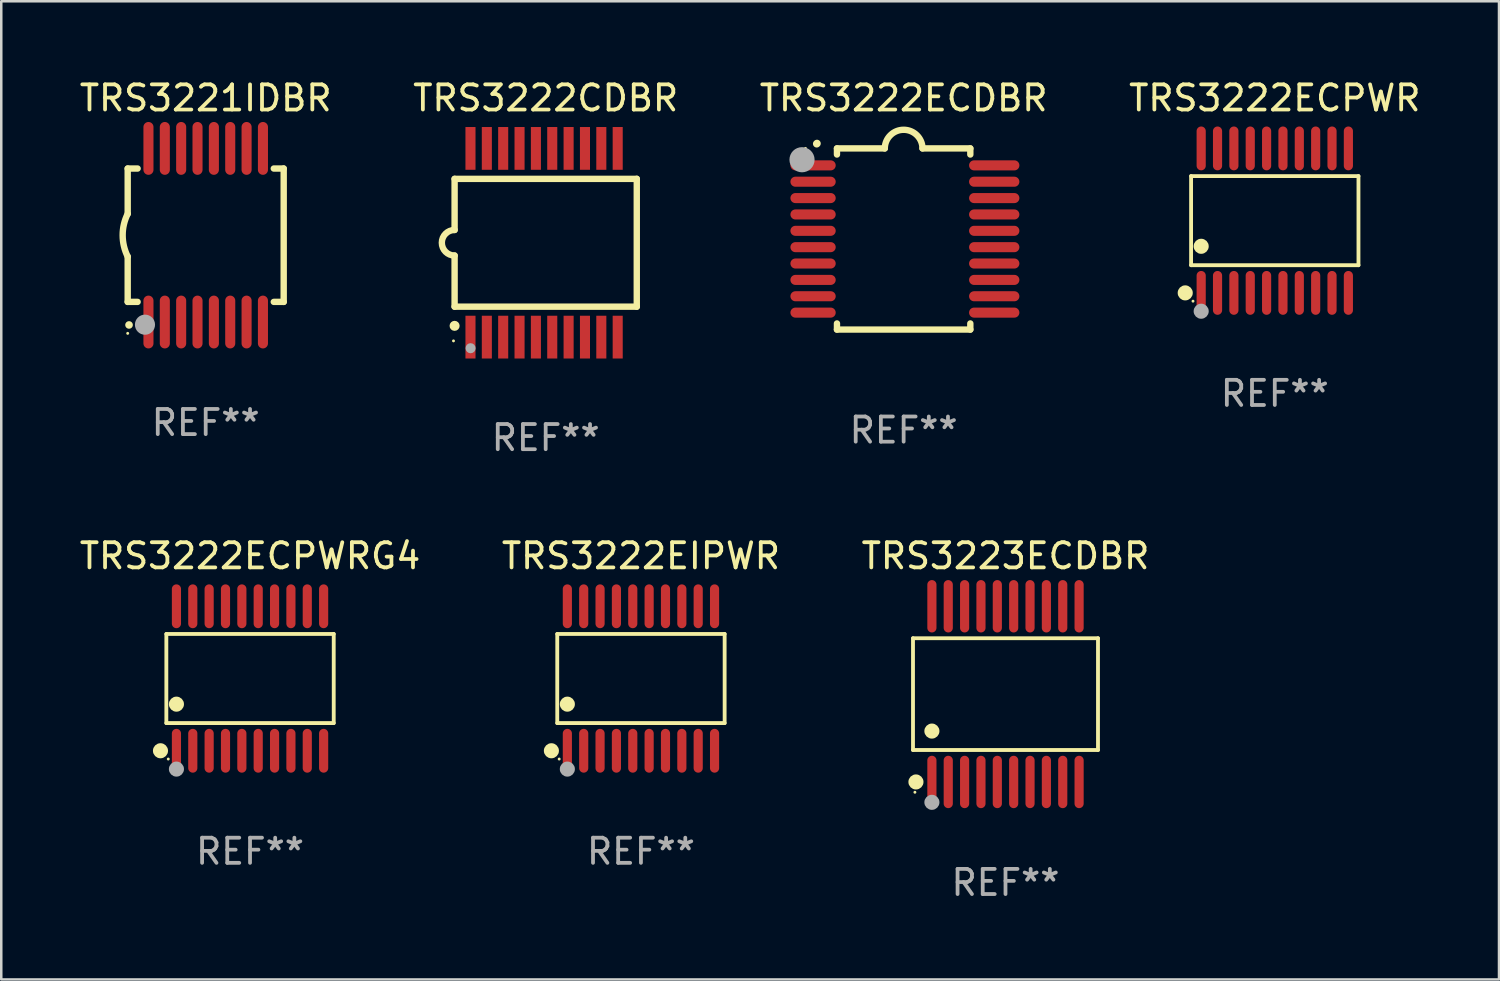
<source format=kicad_pcb>
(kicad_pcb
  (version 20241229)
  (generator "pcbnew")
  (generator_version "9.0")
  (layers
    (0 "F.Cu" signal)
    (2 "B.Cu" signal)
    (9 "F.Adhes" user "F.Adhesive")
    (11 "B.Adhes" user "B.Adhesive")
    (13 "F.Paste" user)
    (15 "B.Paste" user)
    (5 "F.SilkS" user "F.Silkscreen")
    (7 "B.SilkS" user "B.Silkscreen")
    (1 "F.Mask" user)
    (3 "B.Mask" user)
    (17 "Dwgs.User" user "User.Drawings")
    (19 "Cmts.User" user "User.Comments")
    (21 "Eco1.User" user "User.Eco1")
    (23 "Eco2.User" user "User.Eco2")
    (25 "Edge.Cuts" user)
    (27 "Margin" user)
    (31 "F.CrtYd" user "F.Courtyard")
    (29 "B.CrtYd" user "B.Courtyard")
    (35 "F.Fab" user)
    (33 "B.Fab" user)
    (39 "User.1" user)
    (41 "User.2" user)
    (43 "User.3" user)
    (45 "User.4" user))
  (footprint "TRS3222EIPWR"
    (layer "F.Cu")
    (at 22.423 23.916)
    (property "Reference" "TRS3222EIPWR" (at 0 -4.871 0) (layer "F.SilkS") (effects (font (size 1 1) (thickness 0.15))))
    (attr through_hole)
    (fp_line (start -3.326 -1.771) (end 3.326 -1.771) (stroke (width 0.152) (type solid)) (layer "F.SilkS"))
    (fp_line (start -3.326 1.771) (end -3.326 -1.771) (stroke (width 0.152) (type solid)) (layer "F.SilkS"))
    (fp_line (start 3.326 -1.771) (end 3.326 1.771) (stroke (width 0.152) (type solid)) (layer "F.SilkS"))
    (fp_line (start 3.326 1.771) (end -3.326 1.771) (stroke (width 0.152) (type solid)) (layer "F.SilkS"))
    (fp_circle (center -3.559 2.871) (end -3.409 2.871) (stroke (width 0.3) (type solid)) (fill no) (layer "F.SilkS"))
    (fp_circle (center -3.25 3.2) (end -3.22 3.2) (stroke (width 0.06) (type solid)) (fill no) (layer "F.SilkS"))
    (fp_circle (center -2.925 1.019) (end -2.775 1.019) (stroke (width 0.3) (type solid)) (fill no) (layer "F.SilkS"))
    (fp_circle (center -2.925 3.6) (end -2.775 3.6) (stroke (width 0.3) (type solid)) (fill no) (layer "F.Fab"))
    (fp_text user "REF**" (at 0 6.871 0) (layer "F.Fab") (effects (font (size 1 1) (thickness 0.15))))
    (pad "1" smd oval (at -2.925 2.871) (size 0.364 1.742) (layers "F.Cu" "F.Mask" "F.Paste"))
    (pad "2" smd oval (at -2.275 2.871) (size 0.364 1.742) (layers "F.Cu" "F.Mask" "F.Paste"))
    (pad "3" smd oval (at -1.625 2.871) (size 0.364 1.742) (layers "F.Cu" "F.Mask" "F.Paste"))
    (pad "4" smd oval (at -0.975 2.871) (size 0.364 1.742) (layers "F.Cu" "F.Mask" "F.Paste"))
    (pad "5" smd oval (at -0.325 2.871) (size 0.364 1.742) (layers "F.Cu" "F.Mask" "F.Paste"))
    (pad "6" smd oval (at 0.325 2.871) (size 0.364 1.742) (layers "F.Cu" "F.Mask" "F.Paste"))
    (pad "7" smd oval (at 0.975 2.871) (size 0.364 1.742) (layers "F.Cu" "F.Mask" "F.Paste"))
    (pad "8" smd oval (at 1.625 2.871) (size 0.364 1.742) (layers "F.Cu" "F.Mask" "F.Paste"))
    (pad "9" smd oval (at 2.275 2.871) (size 0.364 1.742) (layers "F.Cu" "F.Mask" "F.Paste"))
    (pad "10" smd oval (at 2.925 2.871) (size 0.364 1.742) (layers "F.Cu" "F.Mask" "F.Paste"))
    (pad "11" smd oval (at 2.925 -2.871) (size 0.364 1.742) (layers "F.Cu" "F.Mask" "F.Paste"))
    (pad "12" smd oval (at 2.275 -2.871) (size 0.364 1.742) (layers "F.Cu" "F.Mask" "F.Paste"))
    (pad "13" smd oval (at 1.625 -2.871) (size 0.364 1.742) (layers "F.Cu" "F.Mask" "F.Paste"))
    (pad "14" smd oval (at 0.975 -2.871) (size 0.364 1.742) (layers "F.Cu" "F.Mask" "F.Paste"))
    (pad "15" smd oval (at 0.325 -2.871) (size 0.364 1.742) (layers "F.Cu" "F.Mask" "F.Paste"))
    (pad "16" smd oval (at -0.325 -2.871) (size 0.364 1.742) (layers "F.Cu" "F.Mask" "F.Paste"))
    (pad "17" smd oval (at -0.975 -2.871) (size 0.364 1.742) (layers "F.Cu" "F.Mask" "F.Paste"))
    (pad "18" smd oval (at -1.625 -2.871) (size 0.364 1.742) (layers "F.Cu" "F.Mask" "F.Paste"))
    (pad "19" smd oval (at -2.275 -2.871) (size 0.364 1.742) (layers "F.Cu" "F.Mask" "F.Paste"))
    (pad "20" smd oval (at -2.925 -2.871) (size 0.364 1.742) (layers "F.Cu" "F.Mask" "F.Paste")))
  (footprint "TRS3222CDBR"
    (layer "F.Cu")
    (at 18.637 6.598)
    (property "Reference" "TRS3222CDBR" (at 0 -5.75 0) (layer "F.SilkS") (effects (font (size 1 1) (thickness 0.15))))
    (attr through_hole)
    (fp_line (start -3.62 -2.54) (end 3.62 -2.54) (stroke (width 0.254) (type solid)) (layer "F.SilkS"))
    (fp_line (start -3.62 -0.508) (end -3.62 -2.54) (stroke (width 0.254) (type solid)) (layer "F.SilkS"))
    (fp_line (start -3.62 2.54) (end -3.62 0.508) (stroke (width 0.254) (type solid)) (layer "F.SilkS"))
    (fp_line (start 3.62 -2.54) (end 3.62 2.54) (stroke (width 0.254) (type solid)) (layer "F.SilkS"))
    (fp_line (start 3.62 2.54) (end -3.62 2.54) (stroke (width 0.254) (type solid)) (layer "F.SilkS"))
    (fp_arc (start -3.619507 0.508052) (mid -4.125607 0.000051) (end -3.619507 -0.50795) (stroke (width 0.254001) (type solid)) (layer "F.SilkS"))
    (fp_circle (center -3.664 3.9) (end -3.634 3.9) (stroke (width 0.06) (type solid)) (fill no) (layer "F.SilkS"))
    (fp_circle (center -3.62 3.302) (end -3.52 3.302) (stroke (width 0.2) (type solid)) (fill no) (layer "F.SilkS"))
    (fp_circle (center -2.985 4.191) (end -2.885 4.191) (stroke (width 0.2) (type solid)) (fill no) (layer "F.Fab"))
    (fp_text user "REF**" (at 0 7.75 0) (layer "F.Fab") (effects (font (size 1 1) (thickness 0.15))))
    (pad "1" smd rect (at -2.989 3.75) (size 0.4 1.7) (layers "F.Cu" "F.Mask" "F.Paste"))
    (pad "2" smd rect (at -2.339 3.75) (size 0.4 1.7) (layers "F.Cu" "F.Mask" "F.Paste"))
    (pad "3" smd rect (at -1.689 3.75) (size 0.4 1.7) (layers "F.Cu" "F.Mask" "F.Paste"))
    (pad "4" smd rect (at -1.039 3.75) (size 0.4 1.7) (layers "F.Cu" "F.Mask" "F.Paste"))
    (pad "5" smd rect (at -0.389 3.75) (size 0.4 1.7) (layers "F.Cu" "F.Mask" "F.Paste"))
    (pad "6" smd rect (at 0.261 3.75) (size 0.4 1.7) (layers "F.Cu" "F.Mask" "F.Paste"))
    (pad "7" smd rect (at 0.911 3.75) (size 0.4 1.7) (layers "F.Cu" "F.Mask" "F.Paste"))
    (pad "8" smd rect (at 1.561 3.75) (size 0.4 1.7) (layers "F.Cu" "F.Mask" "F.Paste"))
    (pad "9" smd rect (at 2.211 3.75) (size 0.4 1.7) (layers "F.Cu" "F.Mask" "F.Paste"))
    (pad "10" smd rect (at 2.862 3.75) (size 0.4 1.7) (layers "F.Cu" "F.Mask" "F.Paste"))
    (pad "11" smd rect (at 2.862 -3.75) (size 0.4 1.7) (layers "F.Cu" "F.Mask" "F.Paste"))
    (pad "12" smd rect (at 2.211 -3.75) (size 0.4 1.7) (layers "F.Cu" "F.Mask" "F.Paste"))
    (pad "13" smd rect (at 1.561 -3.75) (size 0.4 1.7) (layers "F.Cu" "F.Mask" "F.Paste"))
    (pad "14" smd rect (at 0.911 -3.75) (size 0.4 1.7) (layers "F.Cu" "F.Mask" "F.Paste"))
    (pad "15" smd rect (at 0.261 -3.75) (size 0.4 1.7) (layers "F.Cu" "F.Mask" "F.Paste"))
    (pad "16" smd rect (at -0.389 -3.75) (size 0.4 1.7) (layers "F.Cu" "F.Mask" "F.Paste"))
    (pad "17" smd rect (at -1.039 -3.75) (size 0.4 1.7) (layers "F.Cu" "F.Mask" "F.Paste"))
    (pad "18" smd rect (at -1.689 -3.75) (size 0.4 1.7) (layers "F.Cu" "F.Mask" "F.Paste"))
    (pad "19" smd rect (at -2.339 -3.75) (size 0.4 1.7) (layers "F.Cu" "F.Mask" "F.Paste"))
    (pad "20" smd rect (at -2.989 -3.75) (size 0.4 1.7) (layers "F.Cu" "F.Mask" "F.Paste")))
  (footprint "TRS3221IDBR"
    (layer "F.Cu")
    (at 5.125 6.298)
    (property "Reference" "TRS3221IDBR" (at 0 -5.45 0) (layer "F.SilkS") (effects (font (size 1 1) (thickness 0.15))))
    (attr through_hole)
    (fp_line (start -3.1 -2.65) (end -3.1 -0.85) (stroke (width 0.254) (type solid)) (layer "F.SilkS"))
    (fp_line (start -3.1 -2.65) (end -2.706 -2.65) (stroke (width 0.254) (type solid)) (layer "F.SilkS"))
    (fp_line (start -3.1 2.65) (end -3.1 0.85) (stroke (width 0.254) (type solid)) (layer "F.SilkS"))
    (fp_line (start -3.1 2.65) (end -2.706 2.65) (stroke (width 0.254) (type solid)) (layer "F.SilkS"))
    (fp_line (start 2.706 -2.65) (end 3.1 -2.65) (stroke (width 0.254) (type solid)) (layer "F.SilkS"))
    (fp_line (start 2.706 2.65) (end 3.1 2.65) (stroke (width 0.254) (type solid)) (layer "F.SilkS"))
    (fp_line (start 3.1 -2.65) (end 3.1 2.65) (stroke (width 0.254) (type solid)) (layer "F.SilkS"))
    (fp_arc (start -3.098907 0.850902) (mid -3.300057 0.000523) (end -3.1 -0.850114) (stroke (width 0.254001) (type solid)) (layer "F.SilkS"))
    (fp_arc (start -3.048006 3.566066) (mid -3.046736 3.566061) (end -3.045466 3.566066) (stroke (width 0.3) (type solid)) (layer "F.SilkS"))
    (fp_circle (center -3.1 3.9) (end -3.07 3.9) (stroke (width 0.06) (type solid)) (fill no) (layer "F.SilkS"))
    (fp_circle (center -2.413 3.556) (end -2.213 3.556) (stroke (width 0.4) (type solid)) (fill no) (layer "F.Fab"))
    (fp_text user "REF**" (at 0 7.45 0) (layer "F.Fab") (effects (font (size 1 1) (thickness 0.15))))
    (pad "1" smd oval (at -2.275 3.45 180) (size 0.4 2.1) (layers "F.Cu" "F.Mask" "F.Paste"))
    (pad "2" smd oval (at -1.625 3.45 180) (size 0.4 2.1) (layers "F.Cu" "F.Mask" "F.Paste"))
    (pad "3" smd oval (at -0.975 3.45 180) (size 0.4 2.1) (layers "F.Cu" "F.Mask" "F.Paste"))
    (pad "4" smd oval (at -0.325 3.45 180) (size 0.4 2.1) (layers "F.Cu" "F.Mask" "F.Paste"))
    (pad "5" smd oval (at 0.325 3.45 180) (size 0.4 2.1) (layers "F.Cu" "F.Mask" "F.Paste"))
    (pad "6" smd oval (at 0.975 3.45 180) (size 0.4 2.1) (layers "F.Cu" "F.Mask" "F.Paste"))
    (pad "7" smd oval (at 1.625 3.45 180) (size 0.4 2.1) (layers "F.Cu" "F.Mask" "F.Paste"))
    (pad "8" smd oval (at 2.275 3.45 180) (size 0.4 2.1) (layers "F.Cu" "F.Mask" "F.Paste"))
    (pad "9" smd oval (at 2.275 -3.45 180) (size 0.4 2.1) (layers "F.Cu" "F.Mask" "F.Paste"))
    (pad "10" smd oval (at 1.625 -3.45 180) (size 0.4 2.1) (layers "F.Cu" "F.Mask" "F.Paste"))
    (pad "11" smd oval (at 0.975 -3.45 180) (size 0.4 2.1) (layers "F.Cu" "F.Mask" "F.Paste"))
    (pad "12" smd oval (at 0.325 -3.45 180) (size 0.4 2.1) (layers "F.Cu" "F.Mask" "F.Paste"))
    (pad "13" smd oval (at -0.325 -3.45 180) (size 0.4 2.1) (layers "F.Cu" "F.Mask" "F.Paste"))
    (pad "14" smd oval (at -0.975 -3.45 180) (size 0.4 2.1) (layers "F.Cu" "F.Mask" "F.Paste"))
    (pad "15" smd oval (at -1.625 -3.45 180) (size 0.4 2.1) (layers "F.Cu" "F.Mask" "F.Paste"))
    (pad "16" smd oval (at -2.275 -3.45 180) (size 0.4 2.1) (layers "F.Cu" "F.Mask" "F.Paste")))
  (footprint "TRS3222ECDBR"
    (layer "F.Cu")
    (at 32.863 6.448)
    (property "Reference" "TRS3222ECDBR" (at 0 -5.6 0) (layer "F.SilkS") (effects (font (size 1 1) (thickness 0.15))))
    (attr through_hole)
    (fp_line (start -2.65 -3.6) (end -2.65 -3.357) (stroke (width 0.254) (type solid)) (layer "F.SilkS"))
    (fp_line (start -2.65 -3.6) (end -0.75 -3.6) (stroke (width 0.254) (type solid)) (layer "F.SilkS"))
    (fp_line (start -2.65 3.357) (end -2.65 3.6) (stroke (width 0.254) (type solid)) (layer "F.SilkS"))
    (fp_line (start 2.65 -3.6) (end 0.75 -3.6) (stroke (width 0.254) (type solid)) (layer "F.SilkS"))
    (fp_line (start 2.65 -3.6) (end 2.65 -3.357) (stroke (width 0.254) (type solid)) (layer "F.SilkS"))
    (fp_line (start 2.65 3.357) (end 2.65 3.6) (stroke (width 0.254) (type solid)) (layer "F.SilkS"))
    (fp_line (start 2.65 3.6) (end -2.65 3.6) (stroke (width 0.254) (type solid)) (layer "F.SilkS"))
    (fp_arc (start -3.454407 -3.784608) (mid -3.449499 -3.78986) (end -3.444247 -3.794768) (stroke (width 0.3) (type solid)) (layer "F.SilkS"))
    (fp_arc (start -0.749301 -3.599186) (mid -0.000051 -4.348844) (end 0.750013 -3.6) (stroke (width 0.254001) (type solid)) (layer "F.SilkS"))
    (fp_circle (center -3.9 -3.6) (end -3.87 -3.6) (stroke (width 0.06) (type solid)) (fill no) (layer "F.SilkS"))
    (fp_circle (center -4.039 -3.15) (end -3.789 -3.15) (stroke (width 0.5) (type solid)) (fill no) (layer "F.Fab"))
    (fp_text user "REF**" (at 0 7.6 0) (layer "F.Fab") (effects (font (size 1 1) (thickness 0.15))))
    (pad "1" smd oval (at -3.6 -2.926 90) (size 0.4 1.8) (layers "F.Cu" "F.Mask" "F.Paste"))
    (pad "2" smd oval (at -3.6 -2.276 90) (size 0.4 1.8) (layers "F.Cu" "F.Mask" "F.Paste"))
    (pad "3" smd oval (at -3.6 -1.626 90) (size 0.4 1.8) (layers "F.Cu" "F.Mask" "F.Paste"))
    (pad "4" smd oval (at -3.6 -0.975 90) (size 0.4 1.8) (layers "F.Cu" "F.Mask" "F.Paste"))
    (pad "5" smd oval (at -3.6 -0.325 90) (size 0.4 1.8) (layers "F.Cu" "F.Mask" "F.Paste"))
    (pad "6" smd oval (at -3.6 0.325 90) (size 0.4 1.8) (layers "F.Cu" "F.Mask" "F.Paste"))
    (pad "7" smd oval (at -3.6 0.975 90) (size 0.4 1.8) (layers "F.Cu" "F.Mask" "F.Paste"))
    (pad "8" smd oval (at -3.6 1.626 90) (size 0.4 1.8) (layers "F.Cu" "F.Mask" "F.Paste"))
    (pad "9" smd oval (at -3.6 2.276 90) (size 0.4 1.8) (layers "F.Cu" "F.Mask" "F.Paste"))
    (pad "10" smd oval (at -3.6 2.926 90) (size 0.4 1.8) (layers "F.Cu" "F.Mask" "F.Paste"))
    (pad "11" smd oval (at 3.6 2.926 90) (size 0.4 2) (layers "F.Cu" "F.Mask" "F.Paste"))
    (pad "12" smd oval (at 3.6 2.276 90) (size 0.4 2) (layers "F.Cu" "F.Mask" "F.Paste"))
    (pad "13" smd oval (at 3.6 1.626 90) (size 0.4 2) (layers "F.Cu" "F.Mask" "F.Paste"))
    (pad "14" smd oval (at 3.6 0.975 90) (size 0.4 2) (layers "F.Cu" "F.Mask" "F.Paste"))
    (pad "15" smd oval (at 3.6 0.325 90) (size 0.4 2) (layers "F.Cu" "F.Mask" "F.Paste"))
    (pad "16" smd oval (at 3.6 -0.325 90) (size 0.4 2) (layers "F.Cu" "F.Mask" "F.Paste"))
    (pad "17" smd oval (at 3.6 -0.975 90) (size 0.4 2) (layers "F.Cu" "F.Mask" "F.Paste"))
    (pad "18" smd oval (at 3.6 -1.626 90) (size 0.4 2) (layers "F.Cu" "F.Mask" "F.Paste"))
    (pad "19" smd oval (at 3.6 -2.276 90) (size 0.4 2) (layers "F.Cu" "F.Mask" "F.Paste"))
    (pad "20" smd oval (at 3.6 -2.926 90) (size 0.4 2) (layers "F.Cu" "F.Mask" "F.Paste")))
  (footprint "TRS3223ECDBR"
    (layer "F.Cu")
    (at 36.911 24.536)
    (property "Reference" "TRS3223ECDBR" (at 0 -5.491 0) (layer "F.SilkS") (effects (font (size 1 1) (thickness 0.15))))
    (attr through_hole)
    (fp_line (start -3.676 -2.221) (end 3.676 -2.221) (stroke (width 0.152) (type solid)) (layer "F.SilkS"))
    (fp_line (start -3.676 2.221) (end -3.676 -2.221) (stroke (width 0.152) (type solid)) (layer "F.SilkS"))
    (fp_line (start 3.676 -2.221) (end 3.676 2.221) (stroke (width 0.152) (type solid)) (layer "F.SilkS"))
    (fp_line (start 3.676 2.221) (end -3.676 2.221) (stroke (width 0.152) (type solid)) (layer "F.SilkS"))
    (fp_circle (center -3.6 3.9) (end -3.57 3.9) (stroke (width 0.06) (type solid)) (fill no) (layer "F.SilkS"))
    (fp_circle (center -3.559 3.491) (end -3.409 3.491) (stroke (width 0.3) (type solid)) (fill no) (layer "F.SilkS"))
    (fp_circle (center -2.925 1.469) (end -2.775 1.469) (stroke (width 0.3) (type solid)) (fill no) (layer "F.SilkS"))
    (fp_circle (center -2.925 4.3) (end -2.775 4.3) (stroke (width 0.3) (type solid)) (fill no) (layer "F.Fab"))
    (fp_text user "REF**" (at 0 7.491 0) (layer "F.Fab") (effects (font (size 1 1) (thickness 0.15))))
    (pad "1" smd oval (at -2.925 3.491) (size 0.364 2.082) (layers "F.Cu" "F.Mask" "F.Paste"))
    (pad "2" smd oval (at -2.275 3.491) (size 0.364 2.082) (layers "F.Cu" "F.Mask" "F.Paste"))
    (pad "3" smd oval (at -1.625 3.491) (size 0.364 2.082) (layers "F.Cu" "F.Mask" "F.Paste"))
    (pad "4" smd oval (at -0.975 3.491) (size 0.364 2.082) (layers "F.Cu" "F.Mask" "F.Paste"))
    (pad "5" smd oval (at -0.325 3.491) (size 0.364 2.082) (layers "F.Cu" "F.Mask" "F.Paste"))
    (pad "6" smd oval (at 0.325 3.491) (size 0.364 2.082) (layers "F.Cu" "F.Mask" "F.Paste"))
    (pad "7" smd oval (at 0.975 3.491) (size 0.364 2.082) (layers "F.Cu" "F.Mask" "F.Paste"))
    (pad "8" smd oval (at 1.625 3.491) (size 0.364 2.082) (layers "F.Cu" "F.Mask" "F.Paste"))
    (pad "9" smd oval (at 2.275 3.491) (size 0.364 2.082) (layers "F.Cu" "F.Mask" "F.Paste"))
    (pad "10" smd oval (at 2.925 3.491) (size 0.364 2.082) (layers "F.Cu" "F.Mask" "F.Paste"))
    (pad "11" smd oval (at 2.925 -3.491) (size 0.364 2.082) (layers "F.Cu" "F.Mask" "F.Paste"))
    (pad "12" smd oval (at 2.275 -3.491) (size 0.364 2.082) (layers "F.Cu" "F.Mask" "F.Paste"))
    (pad "13" smd oval (at 1.625 -3.491) (size 0.364 2.082) (layers "F.Cu" "F.Mask" "F.Paste"))
    (pad "14" smd oval (at 0.975 -3.491) (size 0.364 2.082) (layers "F.Cu" "F.Mask" "F.Paste"))
    (pad "15" smd oval (at 0.325 -3.491) (size 0.364 2.082) (layers "F.Cu" "F.Mask" "F.Paste"))
    (pad "16" smd oval (at -0.325 -3.491) (size 0.364 2.082) (layers "F.Cu" "F.Mask" "F.Paste"))
    (pad "17" smd oval (at -0.975 -3.491) (size 0.364 2.082) (layers "F.Cu" "F.Mask" "F.Paste"))
    (pad "18" smd oval (at -1.625 -3.491) (size 0.364 2.082) (layers "F.Cu" "F.Mask" "F.Paste"))
    (pad "19" smd oval (at -2.275 -3.491) (size 0.364 2.082) (layers "F.Cu" "F.Mask" "F.Paste"))
    (pad "20" smd oval (at -2.925 -3.491) (size 0.364 2.082) (layers "F.Cu" "F.Mask" "F.Paste")))
  (footprint "TRS3222ECPWRG4"
    (layer "F.Cu")
    (at 6.887 23.916)
    (property "Reference" "TRS3222ECPWRG4" (at 0 -4.871 0) (layer "F.SilkS") (effects (font (size 1 1) (thickness 0.15))))
    (attr through_hole)
    (fp_line (start -3.326 -1.771) (end 3.326 -1.771) (stroke (width 0.152) (type solid)) (layer "F.SilkS"))
    (fp_line (start -3.326 1.771) (end -3.326 -1.771) (stroke (width 0.152) (type solid)) (layer "F.SilkS"))
    (fp_line (start 3.326 -1.771) (end 3.326 1.771) (stroke (width 0.152) (type solid)) (layer "F.SilkS"))
    (fp_line (start 3.326 1.771) (end -3.326 1.771) (stroke (width 0.152) (type solid)) (layer "F.SilkS"))
    (fp_circle (center -3.559 2.871) (end -3.409 2.871) (stroke (width 0.3) (type solid)) (fill no) (layer "F.SilkS"))
    (fp_circle (center -3.25 3.2) (end -3.22 3.2) (stroke (width 0.06) (type solid)) (fill no) (layer "F.SilkS"))
    (fp_circle (center -2.925 1.019) (end -2.775 1.019) (stroke (width 0.3) (type solid)) (fill no) (layer "F.SilkS"))
    (fp_circle (center -2.925 3.6) (end -2.775 3.6) (stroke (width 0.3) (type solid)) (fill no) (layer "F.Fab"))
    (fp_text user "REF**" (at 0 6.871 0) (layer "F.Fab") (effects (font (size 1 1) (thickness 0.15))))
    (pad "1" smd oval (at -2.925 2.871) (size 0.364 1.742) (layers "F.Cu" "F.Mask" "F.Paste"))
    (pad "2" smd oval (at -2.275 2.871) (size 0.364 1.742) (layers "F.Cu" "F.Mask" "F.Paste"))
    (pad "3" smd oval (at -1.625 2.871) (size 0.364 1.742) (layers "F.Cu" "F.Mask" "F.Paste"))
    (pad "4" smd oval (at -0.975 2.871) (size 0.364 1.742) (layers "F.Cu" "F.Mask" "F.Paste"))
    (pad "5" smd oval (at -0.325 2.871) (size 0.364 1.742) (layers "F.Cu" "F.Mask" "F.Paste"))
    (pad "6" smd oval (at 0.325 2.871) (size 0.364 1.742) (layers "F.Cu" "F.Mask" "F.Paste"))
    (pad "7" smd oval (at 0.975 2.871) (size 0.364 1.742) (layers "F.Cu" "F.Mask" "F.Paste"))
    (pad "8" smd oval (at 1.625 2.871) (size 0.364 1.742) (layers "F.Cu" "F.Mask" "F.Paste"))
    (pad "9" smd oval (at 2.275 2.871) (size 0.364 1.742) (layers "F.Cu" "F.Mask" "F.Paste"))
    (pad "10" smd oval (at 2.925 2.871) (size 0.364 1.742) (layers "F.Cu" "F.Mask" "F.Paste"))
    (pad "11" smd oval (at 2.925 -2.871) (size 0.364 1.742) (layers "F.Cu" "F.Mask" "F.Paste"))
    (pad "12" smd oval (at 2.275 -2.871) (size 0.364 1.742) (layers "F.Cu" "F.Mask" "F.Paste"))
    (pad "13" smd oval (at 1.625 -2.871) (size 0.364 1.742) (layers "F.Cu" "F.Mask" "F.Paste"))
    (pad "14" smd oval (at 0.975 -2.871) (size 0.364 1.742) (layers "F.Cu" "F.Mask" "F.Paste"))
    (pad "15" smd oval (at 0.325 -2.871) (size 0.364 1.742) (layers "F.Cu" "F.Mask" "F.Paste"))
    (pad "16" smd oval (at -0.325 -2.871) (size 0.364 1.742) (layers "F.Cu" "F.Mask" "F.Paste"))
    (pad "17" smd oval (at -0.975 -2.871) (size 0.364 1.742) (layers "F.Cu" "F.Mask" "F.Paste"))
    (pad "18" smd oval (at -1.625 -2.871) (size 0.364 1.742) (layers "F.Cu" "F.Mask" "F.Paste"))
    (pad "19" smd oval (at -2.275 -2.871) (size 0.364 1.742) (layers "F.Cu" "F.Mask" "F.Paste"))
    (pad "20" smd oval (at -2.925 -2.871) (size 0.364 1.742) (layers "F.Cu" "F.Mask" "F.Paste")))
  (footprint "TRS3222ECPWR"
    (layer "F.Cu")
    (at 47.613 5.719)
    (property "Reference" "TRS3222ECPWR" (at 0 -4.871 0) (layer "F.SilkS") (effects (font (size 1 1) (thickness 0.15))))
    (attr through_hole)
    (fp_line (start -3.326 -1.771) (end 3.326 -1.771) (stroke (width 0.152) (type solid)) (layer "F.SilkS"))
    (fp_line (start -3.326 1.771) (end -3.326 -1.771) (stroke (width 0.152) (type solid)) (layer "F.SilkS"))
    (fp_line (start 3.326 -1.771) (end 3.326 1.771) (stroke (width 0.152) (type solid)) (layer "F.SilkS"))
    (fp_line (start 3.326 1.771) (end -3.326 1.771) (stroke (width 0.152) (type solid)) (layer "F.SilkS"))
    (fp_circle (center -3.559 2.871) (end -3.409 2.871) (stroke (width 0.3) (type solid)) (fill no) (layer "F.SilkS"))
    (fp_circle (center -3.25 3.2) (end -3.22 3.2) (stroke (width 0.06) (type solid)) (fill no) (layer "F.SilkS"))
    (fp_circle (center -2.925 1.019) (end -2.775 1.019) (stroke (width 0.3) (type solid)) (fill no) (layer "F.SilkS"))
    (fp_circle (center -2.925 3.6) (end -2.775 3.6) (stroke (width 0.3) (type solid)) (fill no) (layer "F.Fab"))
    (fp_text user "REF**" (at 0 6.871 0) (layer "F.Fab") (effects (font (size 1 1) (thickness 0.15))))
    (pad "1" smd oval (at -2.925 2.871) (size 0.364 1.742) (layers "F.Cu" "F.Mask" "F.Paste"))
    (pad "2" smd oval (at -2.275 2.871) (size 0.364 1.742) (layers "F.Cu" "F.Mask" "F.Paste"))
    (pad "3" smd oval (at -1.625 2.871) (size 0.364 1.742) (layers "F.Cu" "F.Mask" "F.Paste"))
    (pad "4" smd oval (at -0.975 2.871) (size 0.364 1.742) (layers "F.Cu" "F.Mask" "F.Paste"))
    (pad "5" smd oval (at -0.325 2.871) (size 0.364 1.742) (layers "F.Cu" "F.Mask" "F.Paste"))
    (pad "6" smd oval (at 0.325 2.871) (size 0.364 1.742) (layers "F.Cu" "F.Mask" "F.Paste"))
    (pad "7" smd oval (at 0.975 2.871) (size 0.364 1.742) (layers "F.Cu" "F.Mask" "F.Paste"))
    (pad "8" smd oval (at 1.625 2.871) (size 0.364 1.742) (layers "F.Cu" "F.Mask" "F.Paste"))
    (pad "9" smd oval (at 2.275 2.871) (size 0.364 1.742) (layers "F.Cu" "F.Mask" "F.Paste"))
    (pad "10" smd oval (at 2.925 2.871) (size 0.364 1.742) (layers "F.Cu" "F.Mask" "F.Paste"))
    (pad "11" smd oval (at 2.925 -2.871) (size 0.364 1.742) (layers "F.Cu" "F.Mask" "F.Paste"))
    (pad "12" smd oval (at 2.275 -2.871) (size 0.364 1.742) (layers "F.Cu" "F.Mask" "F.Paste"))
    (pad "13" smd oval (at 1.625 -2.871) (size 0.364 1.742) (layers "F.Cu" "F.Mask" "F.Paste"))
    (pad "14" smd oval (at 0.975 -2.871) (size 0.364 1.742) (layers "F.Cu" "F.Mask" "F.Paste"))
    (pad "15" smd oval (at 0.325 -2.871) (size 0.364 1.742) (layers "F.Cu" "F.Mask" "F.Paste"))
    (pad "16" smd oval (at -0.325 -2.871) (size 0.364 1.742) (layers "F.Cu" "F.Mask" "F.Paste"))
    (pad "17" smd oval (at -0.975 -2.871) (size 0.364 1.742) (layers "F.Cu" "F.Mask" "F.Paste"))
    (pad "18" smd oval (at -1.625 -2.871) (size 0.364 1.742) (layers "F.Cu" "F.Mask" "F.Paste"))
    (pad "19" smd oval (at -2.275 -2.871) (size 0.364 1.742) (layers "F.Cu" "F.Mask" "F.Paste"))
    (pad "20" smd oval (at -2.925 -2.871) (size 0.364 1.742) (layers "F.Cu" "F.Mask" "F.Paste")))
  (gr_rect
    (start -3 -3)
    (end 56.524 35.875)
    (stroke (width 0.1) (type default))
    (fill no)
    (layer "Edge.Cuts")))
</source>
